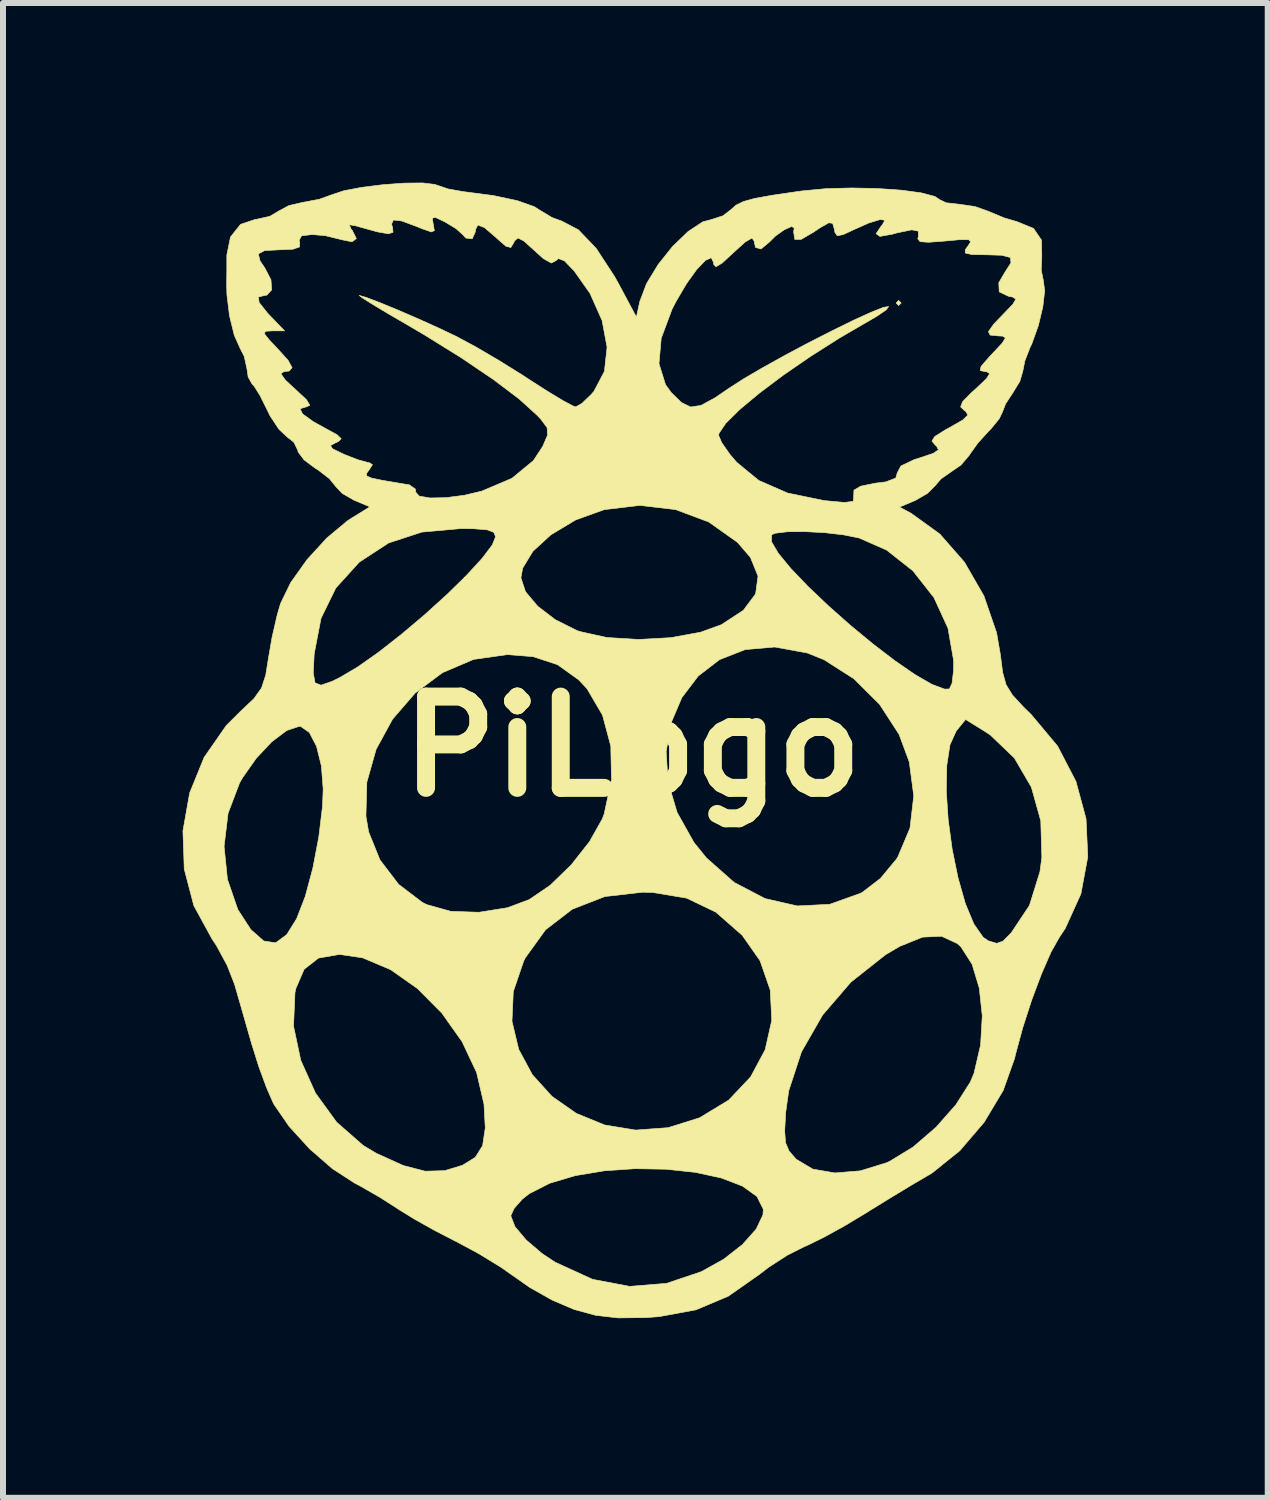
<source format=kicad_pcb>
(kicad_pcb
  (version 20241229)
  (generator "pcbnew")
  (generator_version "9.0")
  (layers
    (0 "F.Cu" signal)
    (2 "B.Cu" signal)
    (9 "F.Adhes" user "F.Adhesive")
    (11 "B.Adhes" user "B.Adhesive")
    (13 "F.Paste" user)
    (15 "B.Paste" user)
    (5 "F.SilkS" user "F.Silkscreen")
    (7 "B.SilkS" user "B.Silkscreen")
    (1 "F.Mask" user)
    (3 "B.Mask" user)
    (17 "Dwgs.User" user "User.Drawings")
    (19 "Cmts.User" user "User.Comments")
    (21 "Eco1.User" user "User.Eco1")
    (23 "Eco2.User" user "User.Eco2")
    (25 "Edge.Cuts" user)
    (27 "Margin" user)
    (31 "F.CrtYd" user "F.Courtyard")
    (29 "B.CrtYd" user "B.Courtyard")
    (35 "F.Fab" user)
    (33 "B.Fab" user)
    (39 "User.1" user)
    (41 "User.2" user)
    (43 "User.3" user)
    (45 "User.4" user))
  (footprint "PiLogo"
    (layer "F.Cu")
    (at 7.512 9.418)
    (property "Reference" "PiLogo" (at 0 0 0) (layer "F.SilkS") (effects (font (size 1.524 1.524) (thickness 0.3))))
    (attr through_hole)
    (fp_poly (pts (xy 4.487 -7.408) (xy 4.445 -7.366) (xy 4.403 -7.408) (xy 4.445 -7.451) (xy 4.487 -7.408)) (stroke (width 0.01) (type solid)) (fill yes) (layer "F.SilkS"))
    (fp_poly (pts (xy -3.299 -9.388) (xy -3.269 -9.377) (xy -3.075 -9.312) (xy -2.822 -9.267) (xy -2.803 -9.265) (xy -2.321 -9.202) (xy -1.923 -9.117) (xy -1.64 -9.017) (xy -1.546 -8.957) (xy -1.343 -8.835) (xy -1.183 -8.777) (xy -0.902 -8.63) (xy -0.605 -8.319) (xy -0.298 -7.849) (xy -0.22 -7.708) (xy 0.066 -7.173) (xy 0.123 -7.434) (xy 0.235 -7.731) (xy 0.429 -8.05) (xy 0.671 -8.353) (xy 0.931 -8.603) (xy 1.174 -8.763) (xy 1.32 -8.802) (xy 1.513 -8.865) (xy 1.643 -8.966) (xy 1.73 -9.042) (xy 1.852 -9.102) (xy 2.043 -9.155) (xy 2.333 -9.207) (xy 2.755 -9.269) (xy 2.836 -9.28) (xy 3.227 -9.317) (xy 3.658 -9.329) (xy 4.092 -9.32) (xy 4.493 -9.292) (xy 4.825 -9.247) (xy 5.051 -9.187) (xy 5.128 -9.135) (xy 5.237 -9.082) (xy 5.437 -9.059) (xy 5.445 -9.059) (xy 5.72 -9.019) (xy 5.942 -8.94) (xy 6.205 -8.83) (xy 6.423 -8.766) (xy 6.699 -8.653) (xy 6.831 -8.458) (xy 6.836 -8.192) (xy 6.826 -7.96) (xy 6.861 -7.788) (xy 6.861 -7.787) (xy 6.884 -7.614) (xy 6.853 -7.343) (xy 6.778 -7.029) (xy 6.671 -6.731) (xy 6.638 -6.661) (xy 6.553 -6.441) (xy 6.519 -6.27) (xy 6.469 -6.099) (xy 6.35 -5.904) (xy 6.232 -5.725) (xy 6.181 -5.594) (xy 6.181 -5.592) (xy 6.125 -5.475) (xy 5.987 -5.306) (xy 5.948 -5.267) (xy 5.769 -5.07) (xy 5.639 -4.889) (xy 5.629 -4.87) (xy 5.486 -4.702) (xy 5.339 -4.601) (xy 5.154 -4.472) (xy 5.057 -4.359) (xy 4.926 -4.228) (xy 4.722 -4.11) (xy 4.719 -4.109) (xy 4.46 -4) (xy 4.655 -3.895) (xy 5.132 -3.551) (xy 5.545 -3.079) (xy 5.869 -2.517) (xy 6.081 -1.901) (xy 6.144 -1.536) (xy 6.182 -1.239) (xy 6.239 -1.034) (xy 6.346 -0.86) (xy 6.532 -0.659) (xy 6.66 -0.534) (xy 7.1 -0.008) (xy 7.406 0.581) (xy 7.575 1.206) (xy 7.604 1.841) (xy 7.489 2.46) (xy 7.228 3.036) (xy 7.132 3.18) (xy 6.992 3.427) (xy 6.832 3.793) (xy 6.668 4.23) (xy 6.518 4.694) (xy 6.398 5.136) (xy 6.382 5.207) (xy 6.191 5.743) (xy 5.873 6.274) (xy 5.466 6.749) (xy 5.008 7.118) (xy 4.918 7.172) (xy 4.66 7.323) (xy 4.323 7.527) (xy 3.969 7.745) (xy 3.883 7.799) (xy 3.54 8.005) (xy 3.201 8.192) (xy 2.926 8.327) (xy 2.867 8.352) (xy 2.584 8.495) (xy 2.272 8.697) (xy 2.117 8.816) (xy 1.601 9.178) (xy 1.061 9.406) (xy 0.444 9.52) (xy 0.219 9.536) (xy -0.239 9.541) (xy -0.613 9.498) (xy -0.974 9.4) (xy -1.337 9.245) (xy -1.714 9.033) (xy -1.905 8.899) (xy -2.202 8.691) (xy -2.574 8.464) (xy -2.94 8.267) (xy -2.942 8.267) (xy -3.293 8.086) (xy -3.638 7.893) (xy -3.732 7.835) (xy -2.032 7.835) (xy -1.963 8.016) (xy -1.777 8.238) (xy -1.51 8.466) (xy -1.291 8.611) (xy -0.666 8.897) (xy -0.048 9.014) (xy 0.57 8.964) (xy 1.15 8.769) (xy 1.522 8.562) (xy 1.837 8.316) (xy 2.066 8.059) (xy 2.179 7.821) (xy 2.185 7.726) (xy 2.079 7.513) (xy 1.836 7.339) (xy 1.483 7.204) (xy 1.049 7.11) (xy 0.56 7.058) (xy 0.045 7.049) (xy -0.469 7.084) (xy -0.954 7.165) (xy -1.381 7.292) (xy -1.724 7.466) (xy -1.841 7.559) (xy -1.977 7.714) (xy -2.032 7.835) (xy -3.732 7.835) (xy -3.904 7.729) (xy -3.915 7.721) (xy -4.22 7.526) (xy -4.549 7.337) (xy -4.647 7.285) (xy -5.012 7.048) (xy -5.393 6.716) (xy -5.734 6.342) (xy -5.982 5.982) (xy -6.001 5.947) (xy -6.113 5.69) (xy -6.24 5.344) (xy -6.353 4.983) (xy -6.354 4.983) (xy -6.444 4.669) (xy -5.66 4.669) (xy -5.539 5.241) (xy -5.293 5.787) (xy -4.94 6.273) (xy -4.497 6.661) (xy -4.276 6.793) (xy -3.828 6.996) (xy -3.462 7.091) (xy -3.135 7.082) (xy -2.837 6.991) (xy -2.625 6.86) (xy -2.502 6.664) (xy -2.466 6.421) (xy 2.542 6.421) (xy 2.557 6.617) (xy 2.615 6.754) (xy 2.729 6.885) (xy 2.737 6.893) (xy 3.011 7.056) (xy 3.381 7.12) (xy 3.806 7.085) (xy 4.243 6.95) (xy 4.298 6.925) (xy 4.686 6.688) (xy 5.069 6.358) (xy 5.402 5.981) (xy 5.642 5.603) (xy 5.705 5.453) (xy 5.814 4.983) (xy 5.842 4.497) (xy 5.792 4.033) (xy 5.672 3.635) (xy 5.485 3.343) (xy 5.425 3.289) (xy 5.162 3.167) (xy 4.845 3.182) (xy 4.461 3.337) (xy 4.226 3.476) (xy 3.649 3.932) (xy 3.175 4.483) (xy 2.822 5.099) (xy 2.609 5.75) (xy 2.559 6.11) (xy 2.542 6.421) (xy -2.466 6.421) (xy -2.458 6.371) (xy -2.479 5.973) (xy -2.602 5.444) (xy -2.845 4.928) (xy -3.086 4.588) (xy -2.012 4.588) (xy -1.9 5.056) (xy -1.672 5.479) (xy -1.345 5.841) (xy -0.937 6.126) (xy -0.466 6.319) (xy 0.051 6.404) (xy 0.596 6.364) (xy 1.121 6.199) (xy 1.607 5.904) (xy 1.974 5.516) (xy 2.216 5.063) (xy 2.327 4.57) (xy 2.301 4.066) (xy 2.131 3.576) (xy 1.833 3.151) (xy 1.393 2.765) (xy 0.906 2.531) (xy 0.34 2.436) (xy 0.171 2.432) (xy -0.46 2.504) (xy -1.005 2.716) (xy -1.452 3.06) (xy -1.791 3.53) (xy -1.816 3.58) (xy -1.99 4.091) (xy -2.012 4.588) (xy -3.086 4.588) (xy -3.182 4.452) (xy -3.589 4.042) (xy -4.039 3.725) (xy -4.508 3.527) (xy -4.895 3.471) (xy -5.243 3.532) (xy -5.483 3.719) (xy -5.622 4.042) (xy -5.636 4.108) (xy -5.66 4.669) (xy -6.444 4.669) (xy -6.46 4.613) (xy -6.565 4.246) (xy -6.646 3.967) (xy -6.769 3.653) (xy -6.947 3.324) (xy -7.022 3.211) (xy -7.325 2.656) (xy -7.485 2.045) (xy -7.498 1.665) (xy -6.82 1.665) (xy -6.764 2.217) (xy -6.59 2.722) (xy -6.374 3.055) (xy -6.157 3.247) (xy -5.96 3.277) (xy -5.774 3.141) (xy -5.608 2.874) (xy -5.465 2.505) (xy -5.337 2.028) (xy -5.237 1.504) (xy -5.196 1.162) (xy -4.451 1.162) (xy -4.406 1.424) (xy -4.217 1.892) (xy -3.905 2.301) (xy -3.509 2.602) (xy -3.435 2.639) (xy -3.036 2.751) (xy -2.565 2.767) (xy -2.087 2.691) (xy -1.724 2.555) (xy -1.375 2.317) (xy -1.024 1.977) (xy -0.718 1.589) (xy -0.504 1.209) (xy -0.473 1.127) (xy -0.35 0.556) (xy -0.36 0.084) (xy 0.563 0.084) (xy 0.594 0.587) (xy 0.745 1.098) (xy 1.026 1.6) (xy 1.235 1.859) (xy 1.699 2.269) (xy 2.214 2.538) (xy 2.753 2.661) (xy 3.294 2.634) (xy 3.811 2.449) (xy 3.839 2.434) (xy 4.141 2.202) (xy 4.409 1.879) (xy 4.433 1.841) (xy 4.635 1.36) (xy 4.698 0.819) (xy 4.688 0.747) (xy 5.241 0.747) (xy 5.273 1.225) (xy 5.34 1.719) (xy 5.438 2.195) (xy 5.559 2.621) (xy 5.701 2.962) (xy 5.857 3.185) (xy 5.946 3.245) (xy 6.084 3.286) (xy 6.188 3.249) (xy 6.325 3.111) (xy 6.63 2.653) (xy 6.805 2.09) (xy 6.837 1.851) (xy 6.819 1.24) (xy 6.662 0.678) (xy 6.378 0.191) (xy 5.979 -0.191) (xy 5.88 -0.257) (xy 5.563 -0.453) (xy 5.406 -0.259) (xy 5.302 -0.029) (xy 5.249 0.318) (xy 5.241 0.747) (xy 4.688 0.747) (xy 4.623 0.256) (xy 4.453 -0.203) (xy 4.128 -0.704) (xy 3.697 -1.133) (xy 3.201 -1.45) (xy 2.921 -1.563) (xy 2.375 -1.663) (xy 1.883 -1.62) (xy 1.454 -1.452) (xy 1.098 -1.178) (xy 0.825 -0.818) (xy 0.643 -0.391) (xy 0.563 0.084) (xy -0.36 0.084) (xy -0.361 -0.006) (xy -0.5 -0.525) (xy -0.758 -0.965) (xy -0.899 -1.116) (xy -1.251 -1.368) (xy -1.659 -1.502) (xy -2.091 -1.536) (xy -2.653 -1.456) (xy -3.173 -1.234) (xy -3.63 -0.893) (xy -4.006 -0.458) (xy -4.281 0.046) (xy -4.436 0.594) (xy -4.451 1.162) (xy -5.196 1.162) (xy -5.176 0.996) (xy -5.165 0.709) (xy -5.195 0.322) (xy -5.276 -0.005) (xy -5.396 -0.236) (xy -5.541 -0.337) (xy -5.564 -0.339) (xy -5.773 -0.269) (xy -6.023 -0.081) (xy -6.281 0.193) (xy -6.51 0.518) (xy -6.56 0.605) (xy -6.753 1.113) (xy -6.82 1.665) (xy -7.498 1.665) (xy -7.507 1.408) (xy -7.395 0.776) (xy -7.153 0.18) (xy -6.783 -0.352) (xy -6.544 -0.59) (xy -6.322 -0.8) (xy -6.194 -0.979) (xy -6.123 -1.198) (xy -6.118 -1.233) (xy -5.331 -1.233) (xy -5.301 -1.065) (xy -5.202 -1.025) (xy -5.013 -1.091) (xy -4.885 -1.154) (xy -4.585 -1.332) (xy -4.232 -1.581) (xy -3.85 -1.881) (xy -3.462 -2.209) (xy -3.094 -2.543) (xy -2.812 -2.819) (xy -1.863 -2.819) (xy -1.787 -2.588) (xy -1.583 -2.344) (xy -1.287 -2.118) (xy -0.933 -1.941) (xy -0.878 -1.921) (xy -0.431 -1.822) (xy 0.095 -1.789) (xy 0.639 -1.819) (xy 1.137 -1.91) (xy 1.484 -2.035) (xy 1.852 -2.276) (xy 2.057 -2.55) (xy 2.097 -2.847) (xy 1.97 -3.16) (xy 1.752 -3.413) (xy 1.737 -3.423) (xy 2.321 -3.423) (xy 2.435 -3.229) (xy 2.644 -2.975) (xy 2.928 -2.678) (xy 3.265 -2.357) (xy 3.634 -2.03) (xy 4.014 -1.716) (xy 4.382 -1.434) (xy 4.719 -1.202) (xy 5.003 -1.038) (xy 5.213 -0.96) (xy 5.292 -0.962) (xy 5.337 -1.056) (xy 5.362 -1.265) (xy 5.364 -1.436) (xy 5.269 -1.978) (xy 5.034 -2.49) (xy 4.683 -2.936) (xy 4.244 -3.282) (xy 3.785 -3.484) (xy 3.526 -3.536) (xy 3.207 -3.573) (xy 2.877 -3.59) (xy 2.586 -3.588) (xy 2.383 -3.563) (xy 2.324 -3.537) (xy 2.321 -3.423) (xy 1.737 -3.423) (xy 1.274 -3.751) (xy 0.72 -3.958) (xy 0.125 -4.028) (xy -0.472 -3.957) (xy -0.949 -3.785) (xy -1.362 -3.537) (xy -1.663 -3.261) (xy -1.833 -2.981) (xy -1.863 -2.819) (xy -2.812 -2.819) (xy -2.768 -2.863) (xy -2.509 -3.145) (xy -2.34 -3.369) (xy -2.286 -3.505) (xy -2.315 -3.578) (xy -2.425 -3.62) (xy -2.65 -3.638) (xy -2.864 -3.641) (xy -3.517 -3.582) (xy -4.071 -3.401) (xy -4.551 -3.088) (xy -4.565 -3.077) (xy -4.954 -2.648) (xy -5.201 -2.143) (xy -5.315 -1.548) (xy -5.331 -1.233) (xy -6.118 -1.233) (xy -6.081 -1.463) (xy -6.018 -1.828) (xy -5.933 -2.197) (xy -5.877 -2.389) (xy -5.707 -2.739) (xy -5.435 -3.121) (xy -5.105 -3.482) (xy -4.761 -3.769) (xy -4.686 -3.818) (xy -4.385 -4.004) (xy -4.649 -4.115) (xy -4.845 -4.227) (xy -4.959 -4.347) (xy -4.962 -4.353) (xy -5.063 -4.476) (xy -5.25 -4.62) (xy -5.299 -4.65) (xy -5.484 -4.788) (xy -5.583 -4.92) (xy -5.588 -4.947) (xy -5.655 -5.083) (xy -5.765 -5.169) (xy -5.906 -5.302) (xy -6.053 -5.526) (xy -6.106 -5.634) (xy -6.22 -5.863) (xy -6.319 -6.021) (xy -6.352 -6.055) (xy -6.418 -6.172) (xy -6.435 -6.294) (xy -6.483 -6.516) (xy -6.551 -6.649) (xy -6.65 -6.871) (xy -6.729 -7.193) (xy -6.772 -7.543) (xy -6.777 -7.705) (xy -6.774 -7.944) (xy -6.774 -8.205) (xy -6.77 -8.228) (xy -6.248 -8.228) (xy -6.219 -8.11) (xy -6.141 -7.996) (xy -6.037 -7.796) (xy -6.025 -7.627) (xy -6.106 -7.539) (xy -6.138 -7.535) (xy -6.247 -7.508) (xy -6.234 -7.415) (xy -6.094 -7.239) (xy -6.038 -7.18) (xy -5.81 -6.943) (xy -6.012 -6.943) (xy -6.129 -6.936) (xy -6.148 -6.896) (xy -6.062 -6.788) (xy -5.943 -6.663) (xy -5.752 -6.452) (xy -5.684 -6.328) (xy -5.733 -6.272) (xy -5.821 -6.262) (xy -5.872 -6.227) (xy -5.795 -6.119) (xy -5.63 -5.967) (xy -5.444 -5.793) (xy -5.388 -5.7) (xy -5.445 -5.674) (xy -5.551 -5.642) (xy -5.51 -5.556) (xy -5.329 -5.426) (xy -5.138 -5.32) (xy -4.933 -5.208) (xy -4.864 -5.141) (xy -4.913 -5.093) (xy -4.953 -5.076) (xy -5.042 -5.028) (xy -5.011 -4.975) (xy -4.841 -4.892) (xy -4.808 -4.877) (xy -4.584 -4.79) (xy -4.419 -4.744) (xy -4.395 -4.741) (xy -4.342 -4.708) (xy -4.399 -4.619) (xy -4.442 -4.561) (xy -4.437 -4.519) (xy -4.358 -4.484) (xy -4.175 -4.446) (xy -3.861 -4.393) (xy -3.725 -4.371) (xy -3.625 -4.3) (xy -3.619 -4.249) (xy -3.562 -4.183) (xy -3.379 -4.152) (xy -3.115 -4.157) (xy -2.808 -4.197) (xy -2.517 -4.266) (xy -2.013 -4.48) (xy -1.654 -4.776) (xy -1.498 -5.014) (xy -1.418 -5.201) (xy -1.425 -5.327) (xy -1.533 -5.471) (xy -1.592 -5.533) (xy -1.89 -5.804) (xy -2.319 -6.128) (xy -2.855 -6.491) (xy -3.475 -6.876) (xy -3.745 -7.035) (xy -4.077 -7.228) (xy -4.342 -7.387) (xy -4.513 -7.495) (xy -4.564 -7.535) (xy -4.564 -7.535) (xy -4.449 -7.502) (xy -4.22 -7.415) (xy -3.916 -7.29) (xy -3.576 -7.143) (xy -3.241 -6.992) (xy -2.948 -6.853) (xy -2.923 -6.84) (xy -2.613 -6.673) (xy -2.231 -6.449) (xy -1.845 -6.209) (xy -1.723 -6.129) (xy -1.419 -5.934) (xy -1.164 -5.78) (xy -0.994 -5.689) (xy -0.947 -5.673) (xy -0.843 -5.732) (xy -0.689 -5.88) (xy -0.643 -5.933) (xy -0.468 -6.266) (xy -0.454 -6.394) (xy 0.443 -6.394) (xy 0.552 -6.044) (xy 0.648 -5.912) (xy 0.82 -5.744) (xy 0.972 -5.671) (xy 1.146 -5.698) (xy 1.381 -5.826) (xy 1.614 -5.985) (xy 1.848 -6.136) (xy 2.165 -6.322) (xy 2.536 -6.528) (xy 2.932 -6.739) (xy 3.324 -6.939) (xy 3.684 -7.116) (xy 3.983 -7.252) (xy 4.19 -7.335) (xy 4.279 -7.349) (xy 4.234 -7.291) (xy 4.079 -7.185) (xy 3.957 -7.114) (xy 3.463 -6.827) (xy 2.978 -6.519) (xy 2.523 -6.206) (xy 2.121 -5.904) (xy 1.793 -5.631) (xy 1.561 -5.402) (xy 1.447 -5.235) (xy 1.439 -5.196) (xy 1.493 -5.072) (xy 1.629 -4.878) (xy 1.741 -4.747) (xy 2.109 -4.445) (xy 2.591 -4.234) (xy 3.203 -4.108) (xy 3.544 -4.077) (xy 3.688 -4.096) (xy 3.695 -4.19) (xy 3.699 -4.283) (xy 3.812 -4.349) (xy 4.058 -4.399) (xy 4.233 -4.421) (xy 4.397 -4.484) (xy 4.424 -4.575) (xy 4.483 -4.686) (xy 4.702 -4.791) (xy 4.797 -4.821) (xy 5.024 -4.897) (xy 5.11 -4.956) (xy 5.077 -5.019) (xy 5.058 -5.034) (xy 5.001 -5.102) (xy 5.048 -5.178) (xy 5.22 -5.286) (xy 5.304 -5.332) (xy 5.52 -5.456) (xy 5.601 -5.537) (xy 5.566 -5.598) (xy 5.546 -5.61) (xy 5.481 -5.672) (xy 5.512 -5.759) (xy 5.656 -5.906) (xy 5.731 -5.973) (xy 5.91 -6.141) (xy 5.966 -6.23) (xy 5.913 -6.261) (xy 5.889 -6.262) (xy 5.807 -6.28) (xy 5.822 -6.349) (xy 5.948 -6.495) (xy 6.011 -6.562) (xy 6.175 -6.738) (xy 6.229 -6.825) (xy 6.182 -6.855) (xy 6.113 -6.858) (xy 5.973 -6.872) (xy 5.945 -6.93) (xy 6.034 -7.056) (xy 6.196 -7.224) (xy 6.355 -7.39) (xy 6.403 -7.473) (xy 6.348 -7.508) (xy 6.281 -7.52) (xy 6.125 -7.594) (xy 6.118 -7.746) (xy 6.22 -7.921) (xy 6.321 -8.078) (xy 6.312 -8.167) (xy 6.171 -8.205) (xy 5.916 -8.213) (xy 5.667 -8.218) (xy 5.558 -8.242) (xy 5.558 -8.298) (xy 5.599 -8.353) (xy 5.649 -8.43) (xy 5.615 -8.465) (xy 5.469 -8.466) (xy 5.221 -8.443) (xy 4.944 -8.422) (xy 4.803 -8.432) (xy 4.765 -8.48) (xy 4.774 -8.514) (xy 4.775 -8.608) (xy 4.664 -8.63) (xy 4.422 -8.58) (xy 4.339 -8.557) (xy 4.132 -8.52) (xy 4.069 -8.565) (xy 4.153 -8.691) (xy 4.166 -8.704) (xy 4.217 -8.79) (xy 4.138 -8.802) (xy 3.947 -8.744) (xy 3.726 -8.646) (xy 3.52 -8.551) (xy 3.42 -8.531) (xy 3.382 -8.586) (xy 3.37 -8.648) (xy 3.343 -8.739) (xy 3.278 -8.747) (xy 3.134 -8.665) (xy 3.027 -8.593) (xy 2.817 -8.47) (xy 2.711 -8.47) (xy 2.692 -8.595) (xy 2.701 -8.661) (xy 2.657 -8.686) (xy 2.535 -8.631) (xy 2.389 -8.527) (xy 2.29 -8.429) (xy 2.148 -8.31) (xy 2.054 -8.336) (xy 2.032 -8.442) (xy 1.997 -8.493) (xy 1.884 -8.428) (xy 1.693 -8.255) (xy 1.499 -8.076) (xy 1.394 -8.013) (xy 1.356 -8.054) (xy 1.355 -8.083) (xy 1.317 -8.164) (xy 1.216 -8.118) (xy 1.072 -7.966) (xy 0.902 -7.73) (xy 0.726 -7.43) (xy 0.662 -7.306) (xy 0.48 -6.818) (xy 0.443 -6.394) (xy -0.454 -6.394) (xy -0.424 -6.67) (xy -0.507 -7.115) (xy -0.71 -7.571) (xy -0.973 -7.943) (xy -1.137 -8.113) (xy -1.238 -8.15) (xy -1.279 -8.114) (xy -1.354 -8.075) (xy -1.486 -8.148) (xy -1.636 -8.283) (xy -1.814 -8.444) (xy -1.913 -8.494) (xy -1.968 -8.446) (xy -1.981 -8.417) (xy -2.031 -8.335) (xy -2.112 -8.355) (xy -2.265 -8.488) (xy -2.272 -8.496) (xy -2.471 -8.667) (xy -2.582 -8.711) (xy -2.623 -8.63) (xy -2.625 -8.594) (xy -2.676 -8.48) (xy -2.783 -8.493) (xy -2.837 -8.552) (xy -2.944 -8.648) (xy -3.129 -8.761) (xy -3.13 -8.761) (xy -3.292 -8.838) (xy -3.344 -8.824) (xy -3.326 -8.719) (xy -3.309 -8.616) (xy -3.359 -8.595) (xy -3.515 -8.649) (xy -3.586 -8.679) (xy -3.853 -8.778) (xy -3.993 -8.794) (xy -4.023 -8.725) (xy -4.005 -8.666) (xy -3.999 -8.588) (xy -4.076 -8.564) (xy -4.26 -8.596) (xy -4.578 -8.684) (xy -4.614 -8.695) (xy -4.728 -8.715) (xy -4.703 -8.65) (xy -4.678 -8.619) (xy -4.611 -8.485) (xy -4.682 -8.43) (xy -4.872 -8.468) (xy -4.883 -8.472) (xy -5.128 -8.532) (xy -5.349 -8.551) (xy -5.526 -8.53) (xy -5.567 -8.456) (xy -5.557 -8.424) (xy -5.56 -8.344) (xy -5.671 -8.306) (xy -5.887 -8.297) (xy -6.143 -8.283) (xy -6.248 -8.228) (xy -6.77 -8.228) (xy -6.713 -8.51) (xy -6.545 -8.721) (xy -6.297 -8.805) (xy -6.28 -8.805) (xy -6.055 -8.856) (xy -5.923 -8.935) (xy -5.74 -9.034) (xy -5.496 -9.091) (xy -5.492 -9.091) (xy -5.231 -9.14) (xy -5.017 -9.217) (xy -4.819 -9.283) (xy -4.518 -9.34) (xy -4.164 -9.384) (xy -3.809 -9.41) (xy -3.504 -9.413) (xy -3.299 -9.388)) (stroke (width 0.01) (type solid)) (fill yes) (layer "F.SilkS")))
  (gr_rect
    (start -3 -3)
    (end 18.121 21.963)
    (stroke (width 0.1) (type default))
    (fill no)
    (layer "Edge.Cuts")))
</source>
